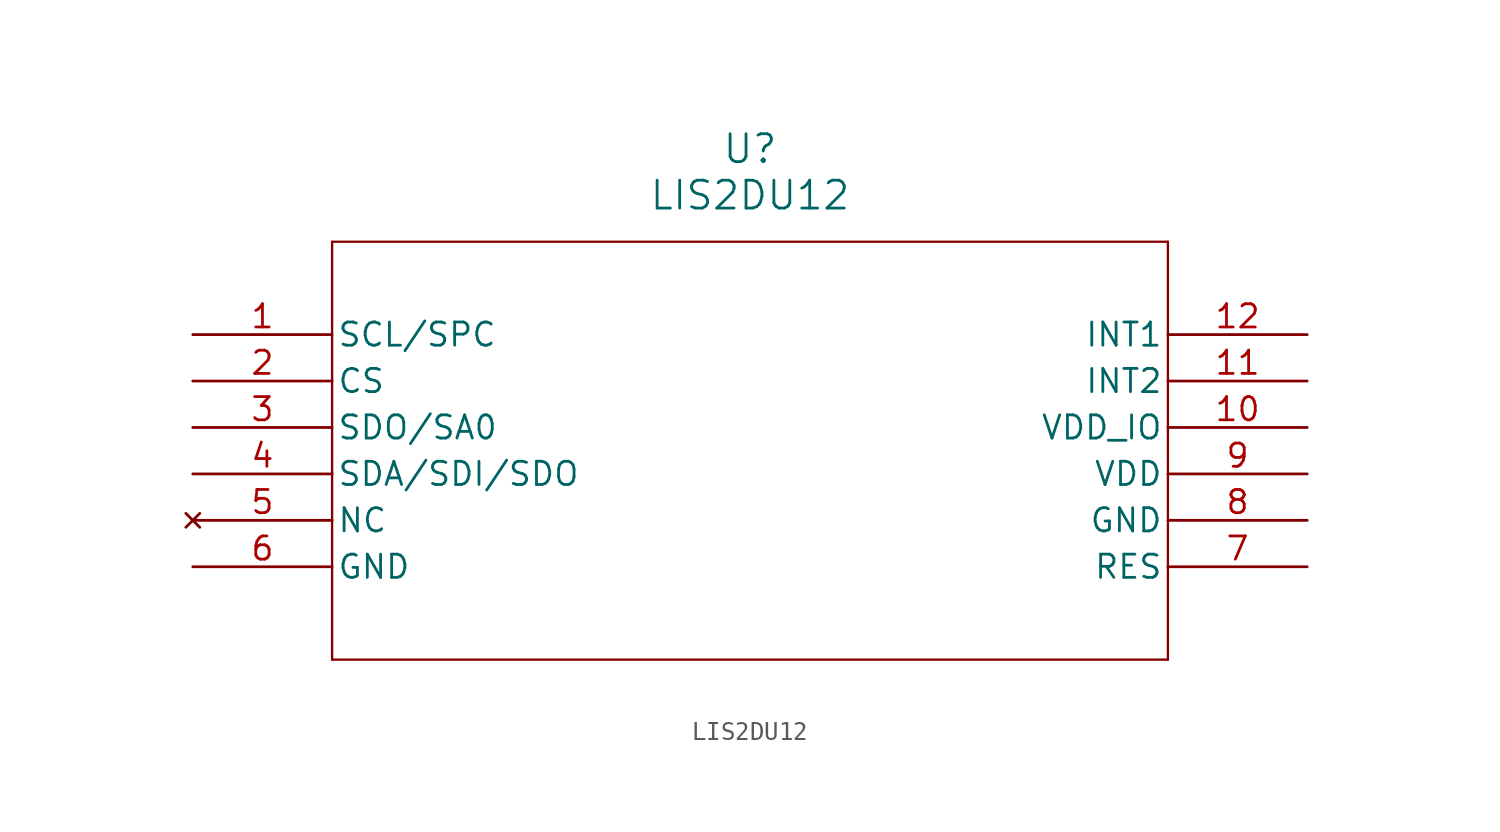
<source format=kicad_sym>
(kicad_symbol_lib
  (version 20211014)
  (generator kicad_symbol_editor)
  (symbol "LIS2DU12"
    (pin_names
      (offset 0.254))
    (property "Reference" "U"
      (at 30.48 10.16 0)
      (effects (font (size 1.524 1.524))))
    (property "Value" "LIS2DU12"
      (at 30.48 7.62 0)
      (effects (font (size 1.524 1.524))))
    (symbol "LIS2DU12_0_1"
      (polyline (pts (xy 7.62 5.08) (xy 7.62 -17.78)) (stroke (width 0.127) (type default) (color 0 0 0 0)) (fill (type none)))
      (polyline (pts (xy 7.62 -17.78) (xy 53.34 -17.78)) (stroke (width 0.127) (type default) (color 0 0 0 0)) (fill (type none)))
      (polyline (pts (xy 53.34 -17.78) (xy 53.34 5.08)) (stroke (width 0.127) (type default) (color 0 0 0 0)) (fill (type none)))
      (polyline (pts (xy 53.34 5.08) (xy 7.62 5.08)) (stroke (width 0.127) (type default) (color 0 0 0 0)) (fill (type none)))
      (pin bidirectional line (at 0 0 0) (length 7.62) (name "SCL/SPC" (effects (font (size 1.27 1.27)))) (number "1" (effects (font (size 1.27 1.27)))))
      (pin bidirectional line (at 0 -2.54 0) (length 7.62) (name "CS" (effects (font (size 1.27 1.27)))) (number "2" (effects (font (size 1.27 1.27)))))
      (pin bidirectional line (at 0 -5.08 0) (length 7.62) (name "SDO/SA0" (effects (font (size 1.27 1.27)))) (number "3" (effects (font (size 1.27 1.27)))))
      (pin bidirectional line (at 0 -7.62 0) (length 7.62) (name "SDA/SDI/SDO" (effects (font (size 1.27 1.27)))) (number "4" (effects (font (size 1.27 1.27)))))
      (pin no_connect line (at 0 -10.16 0) (length 7.62) (name "NC" (effects (font (size 1.27 1.27)))) (number "5" (effects (font (size 1.27 1.27)))))
      (pin power_out line (at 0 -12.7 0) (length 7.62) (name "GND" (effects (font (size 1.27 1.27)))) (number "6" (effects (font (size 1.27 1.27)))))
      (pin power_out line (at 60.96 -12.7 180) (length 7.62) (name "RES" (effects (font (size 1.27 1.27)))) (number "7" (effects (font (size 1.27 1.27)))))
      (pin power_out line (at 60.96 -10.16 180) (length 7.62) (name "GND" (effects (font (size 1.27 1.27)))) (number "8" (effects (font (size 1.27 1.27)))))
      (pin power_in line (at 60.96 -7.62 180) (length 7.62) (name "VDD" (effects (font (size 1.27 1.27)))) (number "9" (effects (font (size 1.27 1.27)))))
      (pin power_in line (at 60.96 -5.08 180) (length 7.62) (name "VDD_IO" (effects (font (size 1.27 1.27)))) (number "10" (effects (font (size 1.27 1.27)))))
      (pin bidirectional line (at 60.96 -2.54 180) (length 7.62) (name "INT2" (effects (font (size 1.27 1.27)))) (number "11" (effects (font (size 1.27 1.27)))))
      (pin output line (at 60.96 0 180) (length 7.62) (name "INT1" (effects (font (size 1.27 1.27)))) (number "12" (effects (font (size 1.27 1.27))))))))
</source>
